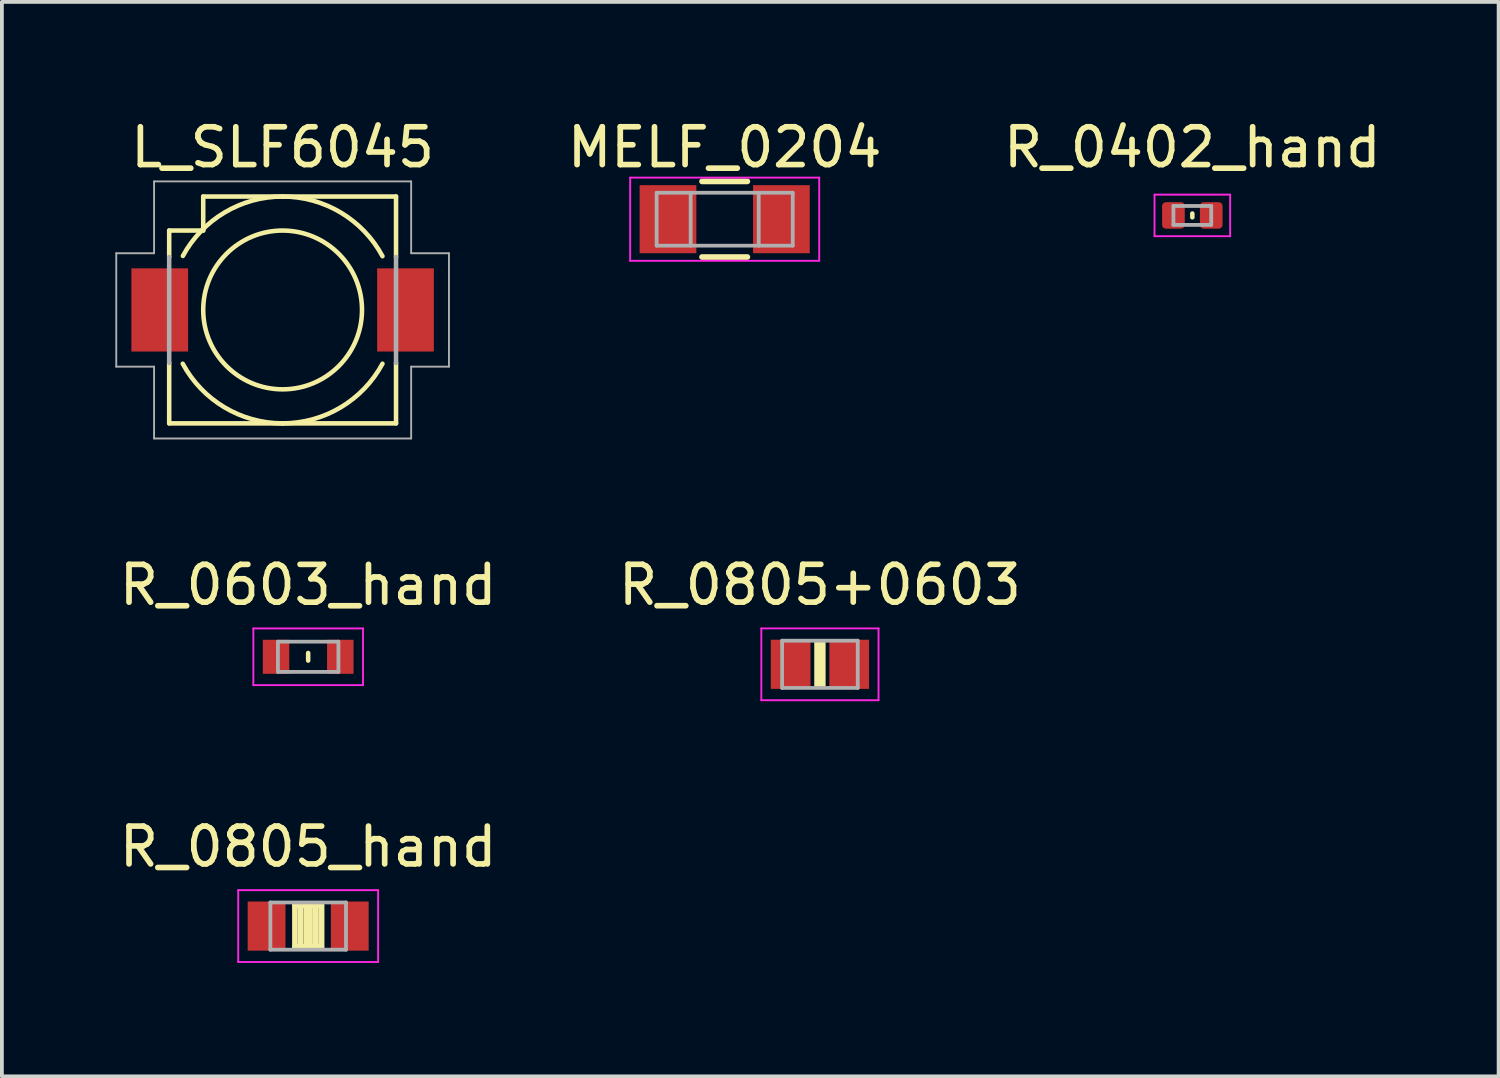
<source format=kicad_pcb>
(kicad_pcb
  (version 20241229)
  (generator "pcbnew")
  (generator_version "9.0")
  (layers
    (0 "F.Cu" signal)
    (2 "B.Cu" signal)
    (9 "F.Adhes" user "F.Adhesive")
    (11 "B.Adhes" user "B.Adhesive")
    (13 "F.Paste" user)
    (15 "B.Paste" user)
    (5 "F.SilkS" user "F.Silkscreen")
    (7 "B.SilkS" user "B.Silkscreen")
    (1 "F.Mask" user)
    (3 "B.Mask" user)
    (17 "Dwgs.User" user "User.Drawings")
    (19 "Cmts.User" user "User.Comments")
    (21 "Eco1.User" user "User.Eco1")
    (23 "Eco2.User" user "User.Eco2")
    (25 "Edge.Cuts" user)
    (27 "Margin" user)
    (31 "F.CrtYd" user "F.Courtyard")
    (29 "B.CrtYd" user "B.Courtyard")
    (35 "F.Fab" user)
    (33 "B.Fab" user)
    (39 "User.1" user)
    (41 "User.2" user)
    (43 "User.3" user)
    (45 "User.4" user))
  (footprint "L_SLF6045"
    (layer "F.Cu")
    (at 4.425 5.148)
    (property "Reference" "L_SLF6045" (at 0 -4.3 0) (layer "F.SilkS") (effects (font (size 1 1) (thickness 0.15))))
    (attr through_hole)
    (fp_line (start -3 -2.1) (end -3 -1.4) (stroke (width 0.12) (type solid)) (layer "F.SilkS"))
    (fp_line (start -3 -2.1) (end -2.1 -2.1) (stroke (width 0.12) (type solid)) (layer "F.SilkS"))
    (fp_line (start -3 1.4) (end -3 3) (stroke (width 0.12) (type solid)) (layer "F.SilkS"))
    (fp_line (start -3 3) (end 3 3) (stroke (width 0.12) (type solid)) (layer "F.SilkS"))
    (fp_line (start -2.1 -2.1) (end -2.1 -3) (stroke (width 0.12) (type solid)) (layer "F.SilkS"))
    (fp_line (start 3 -3) (end -2.1 -3) (stroke (width 0.12) (type solid)) (layer "F.SilkS"))
    (fp_line (start 3 -3) (end 3 -1.4) (stroke (width 0.12) (type solid)) (layer "F.SilkS"))
    (fp_line (start 3 3) (end 3 1.4) (stroke (width 0.12) (type solid)) (layer "F.SilkS"))
    (fp_arc (start -2.637876 -1.428849) (mid -1.535163 -2.577455) (end 0 -3) (stroke (width 0.12) (type solid)) (layer "F.SilkS"))
    (fp_arc (start 0 -3) (mid 1.538377 -2.575538) (end 2.641432 -1.422265) (stroke (width 0.12) (type solid)) (layer "F.SilkS"))
    (fp_arc (start 0 3) (mid -1.538377 2.575538) (end -2.641432 1.422265) (stroke (width 0.12) (type solid)) (layer "F.SilkS"))
    (fp_arc (start 2.641413 1.422299) (mid 1.53836 2.575548) (end 0 3) (stroke (width 0.12) (type solid)) (layer "F.SilkS"))
    (fp_circle (center 0 0) (end 2.1 0) (stroke (width 0.12) (type solid)) (fill no) (layer "F.SilkS"))
    (fp_line (start -4.4 -1.5) (end -3.4 -1.5) (stroke (width 0.05) (type solid)) (layer "F.Fab"))
    (fp_line (start -4.4 1.5) (end -4.4 -1.5) (stroke (width 0.05) (type solid)) (layer "F.Fab"))
    (fp_line (start -3.4 -3.4) (end 3.4 -3.4) (stroke (width 0.05) (type solid)) (layer "F.Fab"))
    (fp_line (start -3.4 -1.5) (end -3.4 -3.4) (stroke (width 0.05) (type solid)) (layer "F.Fab"))
    (fp_line (start -3.4 1.5) (end -4.4 1.5) (stroke (width 0.05) (type solid)) (layer "F.Fab"))
    (fp_line (start -3.4 3.4) (end -3.4 1.5) (stroke (width 0.05) (type solid)) (layer "F.Fab"))
    (fp_line (start -3 -1.4) (end -3 1.4) (stroke (width 0.12) (type solid)) (layer "F.Fab"))
    (fp_line (start 3 -1.4) (end 3 1.4) (stroke (width 0.12) (type solid)) (layer "F.Fab"))
    (fp_line (start 3.4 -3.4) (end 3.4 -1.5) (stroke (width 0.05) (type solid)) (layer "F.Fab"))
    (fp_line (start 3.4 -1.5) (end 4.4 -1.5) (stroke (width 0.05) (type solid)) (layer "F.Fab"))
    (fp_line (start 3.4 1.5) (end 3.4 3.4) (stroke (width 0.05) (type solid)) (layer "F.Fab"))
    (fp_line (start 3.4 3.4) (end -3.4 3.4) (stroke (width 0.05) (type solid)) (layer "F.Fab"))
    (fp_line (start 4.4 -1.5) (end 4.4 1.5) (stroke (width 0.05) (type solid)) (layer "F.Fab"))
    (fp_line (start 4.4 1.5) (end 3.4 1.5) (stroke (width 0.05) (type solid)) (layer "F.Fab"))
    (pad "1" smd rect (at -3.25 0) (size 1.5 2.2) (layers "F.Cu" "F.Mask" "F.Paste"))
    (pad "2" smd rect (at 3.25 0) (size 1.5 2.2) (layers "F.Cu" "F.Mask" "F.Paste")))
  (footprint "MELF_0204"
    (layer "F.Cu")
    (at 16.118 2.748)
    (property "Reference" "MELF_0204" (at 0 -1.9 0) (layer "F.SilkS") (effects (font (size 1 1) (thickness 0.15))))
    (attr smd)
    (fp_line (start -0.6 -1) (end 0.6 -1) (stroke (width 0.15) (type solid)) (layer "F.SilkS"))
    (fp_line (start 0.6 1) (end -0.6 1) (stroke (width 0.15) (type solid)) (layer "F.SilkS"))
    (fp_line (start -2.5 -1.1) (end -2.5 1.1) (stroke (width 0.05) (type solid)) (layer "F.CrtYd"))
    (fp_line (start -2.5 -1.1) (end 2.5 -1.1) (stroke (width 0.05) (type solid)) (layer "F.CrtYd"))
    (fp_line (start -2.5 1.1) (end 2.5 1.1) (stroke (width 0.05) (type solid)) (layer "F.CrtYd"))
    (fp_line (start 2.5 -1.1) (end 2.5 1.1) (stroke (width 0.05) (type solid)) (layer "F.CrtYd"))
    (fp_line (start -1.8 -0.7) (end 1.8 -0.7) (stroke (width 0.1) (type solid)) (layer "F.Fab"))
    (fp_line (start -1.8 0.7) (end -1.8 -0.7) (stroke (width 0.1) (type solid)) (layer "F.Fab"))
    (fp_line (start -0.9 -0.7) (end -0.9 0.7) (stroke (width 0.1) (type solid)) (layer "F.Fab"))
    (fp_line (start 0.9 -0.7) (end 0.9 0.7) (stroke (width 0.1) (type solid)) (layer "F.Fab"))
    (fp_line (start 1.8 -0.7) (end 1.8 0.7) (stroke (width 0.1) (type solid)) (layer "F.Fab"))
    (fp_line (start 1.8 0.7) (end -1.8 0.7) (stroke (width 0.1) (type solid)) (layer "F.Fab"))
    (pad "1" smd rect (at -1.5 0) (size 1.5 1.8) (layers "F.Cu" "F.Mask" "F.Paste"))
    (pad "2" smd rect (at 1.5 0) (size 1.5 1.8) (layers "F.Cu" "F.Mask" "F.Paste")))
  (footprint "R_0603_hand"
    (layer "F.Cu")
    (at 5.101 14.322)
    (property "Reference" "R_0603_hand" (at 0 -1.9 0) (layer "F.SilkS") (effects (font (size 1 1) (thickness 0.15))))
    (attr smd)
    (fp_line (start 0 -0.1) (end 0 0.1) (stroke (width 0.12) (type solid)) (layer "F.SilkS"))
    (fp_line (start -1.45 -0.75) (end -1.45 0.75) (stroke (width 0.05) (type solid)) (layer "F.CrtYd"))
    (fp_line (start -1.45 -0.75) (end 1.45 -0.75) (stroke (width 0.05) (type solid)) (layer "F.CrtYd"))
    (fp_line (start -1.45 0.75) (end 1.45 0.75) (stroke (width 0.05) (type solid)) (layer "F.CrtYd"))
    (fp_line (start 1.45 -0.75) (end 1.45 0.75) (stroke (width 0.05) (type solid)) (layer "F.CrtYd"))
    (fp_line (start -0.8 -0.4) (end 0.8 -0.4) (stroke (width 0.1) (type solid)) (layer "F.Fab"))
    (fp_line (start -0.8 0.4) (end -0.8 -0.4) (stroke (width 0.1) (type solid)) (layer "F.Fab"))
    (fp_line (start 0.8 -0.4) (end 0.8 0.4) (stroke (width 0.1) (type solid)) (layer "F.Fab"))
    (fp_line (start 0.8 0.4) (end -0.8 0.4) (stroke (width 0.1) (type solid)) (layer "F.Fab"))
    (pad "1" smd rect (at -0.85 0) (size 0.7 0.9) (layers "F.Cu" "F.Mask" "F.Paste"))
    (pad "2" smd rect (at 0.85 0) (size 0.7 0.9) (layers "F.Cu" "F.Mask" "F.Paste")))
  (footprint "R_0805+0603"
    (layer "F.Cu")
    (at 18.637 14.521)
    (property "Reference" "R_0805+0603" (at 0 -2.1 0) (layer "F.SilkS") (effects (font (size 1 1) (thickness 0.15))))
    (attr smd)
    (fp_poly (pts (xy -0.1 -0.6) (xy -0.1 0.6) (xy 0.1 0.6) (xy 0.1 -0.6)) (stroke (width 0.1) (type solid)) (fill yes) (layer "F.SilkS"))
    (fp_line (start -1.55 -0.95) (end -1.55 0.95) (stroke (width 0.05) (type solid)) (layer "F.CrtYd"))
    (fp_line (start -1.55 -0.95) (end 1.55 -0.95) (stroke (width 0.05) (type solid)) (layer "F.CrtYd"))
    (fp_line (start -1.55 0.95) (end 1.55 0.95) (stroke (width 0.05) (type solid)) (layer "F.CrtYd"))
    (fp_line (start 1.55 -0.95) (end 1.55 0.95) (stroke (width 0.05) (type solid)) (layer "F.CrtYd"))
    (fp_line (start -1 -0.625) (end 1 -0.625) (stroke (width 0.1) (type solid)) (layer "F.Fab"))
    (fp_line (start -1 0.625) (end -1 -0.625) (stroke (width 0.1) (type solid)) (layer "F.Fab"))
    (fp_line (start 1 -0.625) (end 1 0.625) (stroke (width 0.1) (type solid)) (layer "F.Fab"))
    (fp_line (start 1 0.625) (end -1 0.625) (stroke (width 0.1) (type solid)) (layer "F.Fab"))
    (pad "1" smd rect (at -0.775 0) (size 1.05 1.3) (layers "F.Cu" "F.Mask" "F.Paste"))
    (pad "2" smd rect (at 0.775 0) (size 1.05 1.3) (layers "F.Cu" "F.Mask" "F.Paste")))
  (footprint "R_0805_hand"
    (layer "F.Cu")
    (at 5.101 21.445)
    (property "Reference" "R_0805_hand" (at 0 -2.1 0) (layer "F.SilkS") (effects (font (size 1 1) (thickness 0.15))))
    (attr smd)
    (fp_line (start -0.35 -0.55) (end -0.35 0.55) (stroke (width 0.15) (type solid)) (layer "F.SilkS"))
    (fp_line (start -0.35 -0.55) (end 0.35 -0.55) (stroke (width 0.15) (type solid)) (layer "F.SilkS"))
    (fp_line (start -0.35 0.55) (end -0.15 0.55) (stroke (width 0.15) (type solid)) (layer "F.SilkS"))
    (fp_line (start -0.2 0.55) (end -0.2 -0.55) (stroke (width 0.15) (type solid)) (layer "F.SilkS"))
    (fp_line (start -0.05 -0.55) (end -0.05 0.55) (stroke (width 0.15) (type solid)) (layer "F.SilkS"))
    (fp_line (start 0.05 0.55) (end 0.05 -0.55) (stroke (width 0.15) (type solid)) (layer "F.SilkS"))
    (fp_line (start 0.2 -0.55) (end 0.2 0.55) (stroke (width 0.15) (type solid)) (layer "F.SilkS"))
    (fp_line (start 0.2 0.55) (end 0.1 0.55) (stroke (width 0.15) (type solid)) (layer "F.SilkS"))
    (fp_line (start 0.35 -0.55) (end 0.35 0.55) (stroke (width 0.15) (type solid)) (layer "F.SilkS"))
    (fp_line (start 0.35 0.55) (end -0.35 0.55) (stroke (width 0.15) (type solid)) (layer "F.SilkS"))
    (fp_line (start 0.35 0.55) (end 0.35 -0.55) (stroke (width 0.15) (type solid)) (layer "F.SilkS"))
    (fp_line (start -1.85 -0.95) (end -1.85 0.95) (stroke (width 0.05) (type solid)) (layer "F.CrtYd"))
    (fp_line (start -1.85 -0.95) (end 1.85 -0.95) (stroke (width 0.05) (type solid)) (layer "F.CrtYd"))
    (fp_line (start -1.85 0.95) (end 1.85 0.95) (stroke (width 0.05) (type solid)) (layer "F.CrtYd"))
    (fp_line (start 1.85 -0.95) (end 1.85 0.95) (stroke (width 0.05) (type solid)) (layer "F.CrtYd"))
    (fp_line (start -1 -0.625) (end 1 -0.625) (stroke (width 0.1) (type solid)) (layer "F.Fab"))
    (fp_line (start -1 0.625) (end -1 -0.625) (stroke (width 0.1) (type solid)) (layer "F.Fab"))
    (fp_line (start 1 -0.625) (end 1 0.625) (stroke (width 0.1) (type solid)) (layer "F.Fab"))
    (fp_line (start 1 0.625) (end -1 0.625) (stroke (width 0.1) (type solid)) (layer "F.Fab"))
    (pad "1" smd rect (at -1.1 0) (size 1 1.3) (layers "F.Cu" "F.Mask" "F.Paste"))
    (pad "2" smd rect (at 1.1 0) (size 1 1.3) (layers "F.Cu" "F.Mask" "F.Paste")))
  (footprint "R_0402_hand"
    (layer "F.Cu")
    (at 28.487 2.648)
    (property "Reference" "R_0402_hand" (at 0 -1.8 0) (layer "F.SilkS") (effects (font (size 1 1) (thickness 0.15))))
    (attr smd)
    (fp_line (start 0 -0.05) (end 0 0.05) (stroke (width 0.12) (type solid)) (layer "F.SilkS"))
    (fp_line (start -1 -0.55) (end -1 0.55) (stroke (width 0.05) (type solid)) (layer "F.CrtYd"))
    (fp_line (start -1 -0.55) (end 1 -0.55) (stroke (width 0.05) (type solid)) (layer "F.CrtYd"))
    (fp_line (start -1 0.55) (end 1 0.55) (stroke (width 0.05) (type solid)) (layer "F.CrtYd"))
    (fp_line (start 1 -0.55) (end 1 0.55) (stroke (width 0.05) (type solid)) (layer "F.CrtYd"))
    (fp_line (start -0.5 -0.25) (end 0.5 -0.25) (stroke (width 0.1) (type solid)) (layer "F.Fab"))
    (fp_line (start -0.5 0.25) (end -0.5 -0.25) (stroke (width 0.1) (type solid)) (layer "F.Fab"))
    (fp_line (start 0.5 -0.25) (end 0.5 0.25) (stroke (width 0.1) (type solid)) (layer "F.Fab"))
    (fp_line (start 0.5 0.25) (end -0.5 0.25) (stroke (width 0.1) (type solid)) (layer "F.Fab"))
    (pad "1" smd roundrect (at -0.5 0) (size 0.6 0.7) (layers "F.Cu" "F.Mask" "F.Paste") (roundrect_rratio 0.167))
    (pad "2" smd roundrect (at 0.5 0) (size 0.6 0.7) (layers "F.Cu" "F.Mask" "F.Paste") (roundrect_rratio 0.167)))
  (gr_rect
    (start -3 -3)
    (end 36.588 25.42)
    (stroke (width 0.1) (type default))
    (fill no)
    (layer "Edge.Cuts")))
</source>
